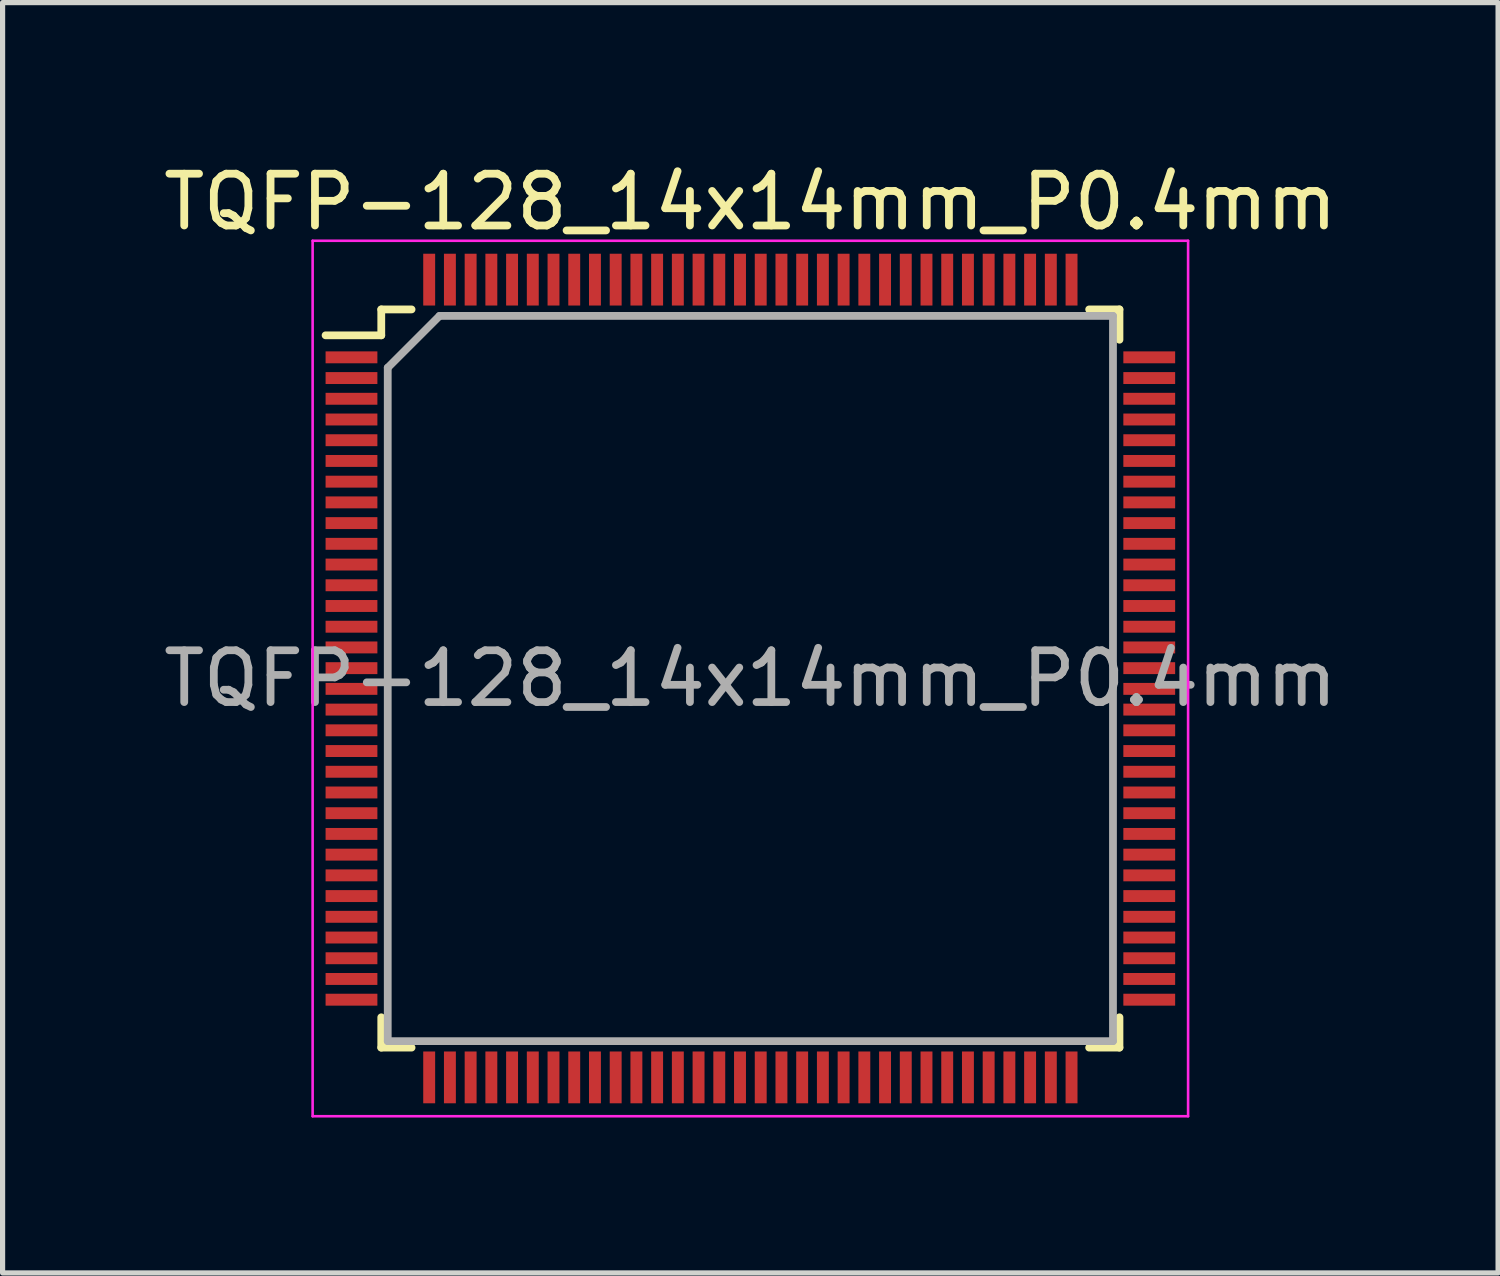
<source format=kicad_pcb>
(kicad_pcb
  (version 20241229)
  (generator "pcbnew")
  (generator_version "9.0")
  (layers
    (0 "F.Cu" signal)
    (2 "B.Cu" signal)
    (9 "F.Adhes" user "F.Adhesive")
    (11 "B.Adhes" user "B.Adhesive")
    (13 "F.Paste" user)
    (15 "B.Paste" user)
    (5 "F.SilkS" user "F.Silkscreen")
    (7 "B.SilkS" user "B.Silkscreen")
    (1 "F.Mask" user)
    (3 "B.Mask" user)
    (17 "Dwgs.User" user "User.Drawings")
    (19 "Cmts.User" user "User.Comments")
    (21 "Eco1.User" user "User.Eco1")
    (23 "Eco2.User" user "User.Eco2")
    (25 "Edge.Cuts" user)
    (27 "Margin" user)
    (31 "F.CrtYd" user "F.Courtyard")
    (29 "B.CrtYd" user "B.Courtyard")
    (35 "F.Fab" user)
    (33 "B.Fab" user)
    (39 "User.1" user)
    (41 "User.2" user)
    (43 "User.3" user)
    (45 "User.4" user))
  (footprint "TQFP-128_14x14mm_P0.4mm"
    (layer "F.Cu")
    (at 11.435 10.048)
    (property "Reference" "TQFP-128_14x14mm_P0.4mm" (at 0 -9.2 0) (layer "F.SilkS") (effects (font (size 1 1) (thickness 0.15))))
    (attr smd)
    (fp_line (start -7.125 -7.125) (end -7.125 -6.625) (stroke (width 0.15) (type solid)) (layer "F.SilkS"))
    (fp_line (start -7.125 -7.125) (end -6.54 -7.125) (stroke (width 0.15) (type solid)) (layer "F.SilkS"))
    (fp_line (start -7.125 -6.625) (end -8.2 -6.625) (stroke (width 0.15) (type solid)) (layer "F.SilkS"))
    (fp_line (start -7.125 7.125) (end -7.125 6.54) (stroke (width 0.15) (type solid)) (layer "F.SilkS"))
    (fp_line (start -7.125 7.125) (end -6.54 7.125) (stroke (width 0.15) (type solid)) (layer "F.SilkS"))
    (fp_line (start 7.125 -7.125) (end 6.54 -7.125) (stroke (width 0.15) (type solid)) (layer "F.SilkS"))
    (fp_line (start 7.125 -7.125) (end 7.125 -6.54) (stroke (width 0.15) (type solid)) (layer "F.SilkS"))
    (fp_line (start 7.125 7.125) (end 6.54 7.125) (stroke (width 0.15) (type solid)) (layer "F.SilkS"))
    (fp_line (start 7.125 7.125) (end 7.125 6.54) (stroke (width 0.15) (type solid)) (layer "F.SilkS"))
    (fp_line (start -8.45 -8.45) (end -8.45 8.45) (stroke (width 0.05) (type solid)) (layer "F.CrtYd"))
    (fp_line (start -8.45 -8.45) (end 8.45 -8.45) (stroke (width 0.05) (type solid)) (layer "F.CrtYd"))
    (fp_line (start -8.45 8.45) (end 8.45 8.45) (stroke (width 0.05) (type solid)) (layer "F.CrtYd"))
    (fp_line (start 8.45 -8.45) (end 8.45 8.45) (stroke (width 0.05) (type solid)) (layer "F.CrtYd"))
    (fp_line (start -7 -6) (end -6 -7) (stroke (width 0.15) (type solid)) (layer "F.Fab"))
    (fp_line (start -7 7) (end -7 -6) (stroke (width 0.15) (type solid)) (layer "F.Fab"))
    (fp_line (start -6 -7) (end 7 -7) (stroke (width 0.15) (type solid)) (layer "F.Fab"))
    (fp_line (start 7 -7) (end 7 7) (stroke (width 0.15) (type solid)) (layer "F.Fab"))
    (fp_line (start 7 7) (end -7 7) (stroke (width 0.15) (type solid)) (layer "F.Fab"))
    (fp_text user "${REFERENCE}" (at 0 0 0) (layer "F.Fab") (effects (font (size 1 1) (thickness 0.15))))
    (pad "1" smd rect (at -7.7 -6.2) (size 1 0.23) (layers "F.Cu" "F.Mask" "F.Paste"))
    (pad "2" smd rect (at -7.7 -5.8) (size 1 0.23) (layers "F.Cu" "F.Mask" "F.Paste"))
    (pad "3" smd rect (at -7.7 -5.4) (size 1 0.23) (layers "F.Cu" "F.Mask" "F.Paste"))
    (pad "4" smd rect (at -7.7 -5) (size 1 0.23) (layers "F.Cu" "F.Mask" "F.Paste"))
    (pad "5" smd rect (at -7.7 -4.6) (size 1 0.23) (layers "F.Cu" "F.Mask" "F.Paste"))
    (pad "6" smd rect (at -7.7 -4.2) (size 1 0.23) (layers "F.Cu" "F.Mask" "F.Paste"))
    (pad "7" smd rect (at -7.7 -3.8) (size 1 0.23) (layers "F.Cu" "F.Mask" "F.Paste"))
    (pad "8" smd rect (at -7.7 -3.4) (size 1 0.23) (layers "F.Cu" "F.Mask" "F.Paste"))
    (pad "9" smd rect (at -7.7 -3) (size 1 0.23) (layers "F.Cu" "F.Mask" "F.Paste"))
    (pad "10" smd rect (at -7.7 -2.6) (size 1 0.23) (layers "F.Cu" "F.Mask" "F.Paste"))
    (pad "11" smd rect (at -7.7 -2.2) (size 1 0.23) (layers "F.Cu" "F.Mask" "F.Paste"))
    (pad "12" smd rect (at -7.7 -1.8) (size 1 0.23) (layers "F.Cu" "F.Mask" "F.Paste"))
    (pad "13" smd rect (at -7.7 -1.4) (size 1 0.23) (layers "F.Cu" "F.Mask" "F.Paste"))
    (pad "14" smd rect (at -7.7 -1) (size 1 0.23) (layers "F.Cu" "F.Mask" "F.Paste"))
    (pad "15" smd rect (at -7.7 -0.6) (size 1 0.23) (layers "F.Cu" "F.Mask" "F.Paste"))
    (pad "16" smd rect (at -7.7 -0.2) (size 1 0.23) (layers "F.Cu" "F.Mask" "F.Paste"))
    (pad "17" smd rect (at -7.7 0.2) (size 1 0.23) (layers "F.Cu" "F.Mask" "F.Paste"))
    (pad "18" smd rect (at -7.7 0.6) (size 1 0.23) (layers "F.Cu" "F.Mask" "F.Paste"))
    (pad "19" smd rect (at -7.7 1) (size 1 0.23) (layers "F.Cu" "F.Mask" "F.Paste"))
    (pad "20" smd rect (at -7.7 1.4) (size 1 0.23) (layers "F.Cu" "F.Mask" "F.Paste"))
    (pad "21" smd rect (at -7.7 1.8) (size 1 0.23) (layers "F.Cu" "F.Mask" "F.Paste"))
    (pad "22" smd rect (at -7.7 2.2) (size 1 0.23) (layers "F.Cu" "F.Mask" "F.Paste"))
    (pad "23" smd rect (at -7.7 2.6) (size 1 0.23) (layers "F.Cu" "F.Mask" "F.Paste"))
    (pad "24" smd rect (at -7.7 3) (size 1 0.23) (layers "F.Cu" "F.Mask" "F.Paste"))
    (pad "25" smd rect (at -7.7 3.4) (size 1 0.23) (layers "F.Cu" "F.Mask" "F.Paste"))
    (pad "26" smd rect (at -7.7 3.8) (size 1 0.23) (layers "F.Cu" "F.Mask" "F.Paste"))
    (pad "27" smd rect (at -7.7 4.2) (size 1 0.23) (layers "F.Cu" "F.Mask" "F.Paste"))
    (pad "28" smd rect (at -7.7 4.6) (size 1 0.23) (layers "F.Cu" "F.Mask" "F.Paste"))
    (pad "29" smd rect (at -7.7 5) (size 1 0.23) (layers "F.Cu" "F.Mask" "F.Paste"))
    (pad "30" smd rect (at -7.7 5.4) (size 1 0.23) (layers "F.Cu" "F.Mask" "F.Paste"))
    (pad "31" smd rect (at -7.7 5.8) (size 1 0.23) (layers "F.Cu" "F.Mask" "F.Paste"))
    (pad "32" smd rect (at -7.7 6.2) (size 1 0.23) (layers "F.Cu" "F.Mask" "F.Paste"))
    (pad "33" smd rect (at -6.2 7.7 90) (size 1 0.23) (layers "F.Cu" "F.Mask" "F.Paste"))
    (pad "34" smd rect (at -5.8 7.7 90) (size 1 0.23) (layers "F.Cu" "F.Mask" "F.Paste"))
    (pad "35" smd rect (at -5.4 7.7 90) (size 1 0.23) (layers "F.Cu" "F.Mask" "F.Paste"))
    (pad "36" smd rect (at -5 7.7 90) (size 1 0.23) (layers "F.Cu" "F.Mask" "F.Paste"))
    (pad "37" smd rect (at -4.6 7.7 90) (size 1 0.23) (layers "F.Cu" "F.Mask" "F.Paste"))
    (pad "38" smd rect (at -4.2 7.7 90) (size 1 0.23) (layers "F.Cu" "F.Mask" "F.Paste"))
    (pad "39" smd rect (at -3.8 7.7 90) (size 1 0.23) (layers "F.Cu" "F.Mask" "F.Paste"))
    (pad "40" smd rect (at -3.4 7.7 90) (size 1 0.23) (layers "F.Cu" "F.Mask" "F.Paste"))
    (pad "41" smd rect (at -3 7.7 90) (size 1 0.23) (layers "F.Cu" "F.Mask" "F.Paste"))
    (pad "42" smd rect (at -2.6 7.7 90) (size 1 0.23) (layers "F.Cu" "F.Mask" "F.Paste"))
    (pad "43" smd rect (at -2.2 7.7 90) (size 1 0.23) (layers "F.Cu" "F.Mask" "F.Paste"))
    (pad "44" smd rect (at -1.8 7.7 90) (size 1 0.23) (layers "F.Cu" "F.Mask" "F.Paste"))
    (pad "45" smd rect (at -1.4 7.7 90) (size 1 0.23) (layers "F.Cu" "F.Mask" "F.Paste"))
    (pad "46" smd rect (at -1 7.7 90) (size 1 0.23) (layers "F.Cu" "F.Mask" "F.Paste"))
    (pad "47" smd rect (at -0.6 7.7 90) (size 1 0.23) (layers "F.Cu" "F.Mask" "F.Paste"))
    (pad "48" smd rect (at -0.2 7.7 90) (size 1 0.23) (layers "F.Cu" "F.Mask" "F.Paste"))
    (pad "49" smd rect (at 0.2 7.7 90) (size 1 0.23) (layers "F.Cu" "F.Mask" "F.Paste"))
    (pad "50" smd rect (at 0.6 7.7 90) (size 1 0.23) (layers "F.Cu" "F.Mask" "F.Paste"))
    (pad "51" smd rect (at 1 7.7 90) (size 1 0.23) (layers "F.Cu" "F.Mask" "F.Paste"))
    (pad "52" smd rect (at 1.4 7.7 90) (size 1 0.23) (layers "F.Cu" "F.Mask" "F.Paste"))
    (pad "53" smd rect (at 1.8 7.7 90) (size 1 0.23) (layers "F.Cu" "F.Mask" "F.Paste"))
    (pad "54" smd rect (at 2.2 7.7 90) (size 1 0.23) (layers "F.Cu" "F.Mask" "F.Paste"))
    (pad "55" smd rect (at 2.6 7.7 90) (size 1 0.23) (layers "F.Cu" "F.Mask" "F.Paste"))
    (pad "56" smd rect (at 3 7.7 90) (size 1 0.23) (layers "F.Cu" "F.Mask" "F.Paste"))
    (pad "57" smd rect (at 3.4 7.7 90) (size 1 0.23) (layers "F.Cu" "F.Mask" "F.Paste"))
    (pad "58" smd rect (at 3.8 7.7 90) (size 1 0.23) (layers "F.Cu" "F.Mask" "F.Paste"))
    (pad "59" smd rect (at 4.2 7.7 90) (size 1 0.23) (layers "F.Cu" "F.Mask" "F.Paste"))
    (pad "60" smd rect (at 4.6 7.7 90) (size 1 0.23) (layers "F.Cu" "F.Mask" "F.Paste"))
    (pad "61" smd rect (at 5 7.7 90) (size 1 0.23) (layers "F.Cu" "F.Mask" "F.Paste"))
    (pad "62" smd rect (at 5.4 7.7 90) (size 1 0.23) (layers "F.Cu" "F.Mask" "F.Paste"))
    (pad "63" smd rect (at 5.8 7.7 90) (size 1 0.23) (layers "F.Cu" "F.Mask" "F.Paste"))
    (pad "64" smd rect (at 6.2 7.7 90) (size 1 0.23) (layers "F.Cu" "F.Mask" "F.Paste"))
    (pad "65" smd rect (at 7.7 6.2) (size 1 0.23) (layers "F.Cu" "F.Mask" "F.Paste"))
    (pad "66" smd rect (at 7.7 5.8) (size 1 0.23) (layers "F.Cu" "F.Mask" "F.Paste"))
    (pad "67" smd rect (at 7.7 5.4) (size 1 0.23) (layers "F.Cu" "F.Mask" "F.Paste"))
    (pad "68" smd rect (at 7.7 5) (size 1 0.23) (layers "F.Cu" "F.Mask" "F.Paste"))
    (pad "69" smd rect (at 7.7 4.6) (size 1 0.23) (layers "F.Cu" "F.Mask" "F.Paste"))
    (pad "70" smd rect (at 7.7 4.2) (size 1 0.23) (layers "F.Cu" "F.Mask" "F.Paste"))
    (pad "71" smd rect (at 7.7 3.8) (size 1 0.23) (layers "F.Cu" "F.Mask" "F.Paste"))
    (pad "72" smd rect (at 7.7 3.4) (size 1 0.23) (layers "F.Cu" "F.Mask" "F.Paste"))
    (pad "73" smd rect (at 7.7 3) (size 1 0.23) (layers "F.Cu" "F.Mask" "F.Paste"))
    (pad "74" smd rect (at 7.7 2.6) (size 1 0.23) (layers "F.Cu" "F.Mask" "F.Paste"))
    (pad "75" smd rect (at 7.7 2.2) (size 1 0.23) (layers "F.Cu" "F.Mask" "F.Paste"))
    (pad "76" smd rect (at 7.7 1.8) (size 1 0.23) (layers "F.Cu" "F.Mask" "F.Paste"))
    (pad "77" smd rect (at 7.7 1.4) (size 1 0.23) (layers "F.Cu" "F.Mask" "F.Paste"))
    (pad "78" smd rect (at 7.7 1) (size 1 0.23) (layers "F.Cu" "F.Mask" "F.Paste"))
    (pad "79" smd rect (at 7.7 0.6) (size 1 0.23) (layers "F.Cu" "F.Mask" "F.Paste"))
    (pad "80" smd rect (at 7.7 0.2) (size 1 0.23) (layers "F.Cu" "F.Mask" "F.Paste"))
    (pad "81" smd rect (at 7.7 -0.2) (size 1 0.23) (layers "F.Cu" "F.Mask" "F.Paste"))
    (pad "82" smd rect (at 7.7 -0.6) (size 1 0.23) (layers "F.Cu" "F.Mask" "F.Paste"))
    (pad "83" smd rect (at 7.7 -1) (size 1 0.23) (layers "F.Cu" "F.Mask" "F.Paste"))
    (pad "84" smd rect (at 7.7 -1.4) (size 1 0.23) (layers "F.Cu" "F.Mask" "F.Paste"))
    (pad "85" smd rect (at 7.7 -1.8) (size 1 0.23) (layers "F.Cu" "F.Mask" "F.Paste"))
    (pad "86" smd rect (at 7.7 -2.2) (size 1 0.23) (layers "F.Cu" "F.Mask" "F.Paste"))
    (pad "87" smd rect (at 7.7 -2.6) (size 1 0.23) (layers "F.Cu" "F.Mask" "F.Paste"))
    (pad "88" smd rect (at 7.7 -3) (size 1 0.23) (layers "F.Cu" "F.Mask" "F.Paste"))
    (pad "89" smd rect (at 7.7 -3.4) (size 1 0.23) (layers "F.Cu" "F.Mask" "F.Paste"))
    (pad "90" smd rect (at 7.7 -3.8) (size 1 0.23) (layers "F.Cu" "F.Mask" "F.Paste"))
    (pad "91" smd rect (at 7.7 -4.2) (size 1 0.23) (layers "F.Cu" "F.Mask" "F.Paste"))
    (pad "92" smd rect (at 7.7 -4.6) (size 1 0.23) (layers "F.Cu" "F.Mask" "F.Paste"))
    (pad "93" smd rect (at 7.7 -5) (size 1 0.23) (layers "F.Cu" "F.Mask" "F.Paste"))
    (pad "94" smd rect (at 7.7 -5.4) (size 1 0.23) (layers "F.Cu" "F.Mask" "F.Paste"))
    (pad "95" smd rect (at 7.7 -5.8) (size 1 0.23) (layers "F.Cu" "F.Mask" "F.Paste"))
    (pad "96" smd rect (at 7.7 -6.2) (size 1 0.23) (layers "F.Cu" "F.Mask" "F.Paste"))
    (pad "97" smd rect (at 6.2 -7.7 90) (size 1 0.23) (layers "F.Cu" "F.Mask" "F.Paste"))
    (pad "98" smd rect (at 5.8 -7.7 90) (size 1 0.23) (layers "F.Cu" "F.Mask" "F.Paste"))
    (pad "99" smd rect (at 5.4 -7.7 90) (size 1 0.23) (layers "F.Cu" "F.Mask" "F.Paste"))
    (pad "100" smd rect (at 5 -7.7 90) (size 1 0.23) (layers "F.Cu" "F.Mask" "F.Paste"))
    (pad "101" smd rect (at 4.6 -7.7 90) (size 1 0.23) (layers "F.Cu" "F.Mask" "F.Paste"))
    (pad "102" smd rect (at 4.2 -7.7 90) (size 1 0.23) (layers "F.Cu" "F.Mask" "F.Paste"))
    (pad "103" smd rect (at 3.8 -7.7 90) (size 1 0.23) (layers "F.Cu" "F.Mask" "F.Paste"))
    (pad "104" smd rect (at 3.4 -7.7 90) (size 1 0.23) (layers "F.Cu" "F.Mask" "F.Paste"))
    (pad "105" smd rect (at 3 -7.7 90) (size 1 0.23) (layers "F.Cu" "F.Mask" "F.Paste"))
    (pad "106" smd rect (at 2.6 -7.7 90) (size 1 0.23) (layers "F.Cu" "F.Mask" "F.Paste"))
    (pad "107" smd rect (at 2.2 -7.7 90) (size 1 0.23) (layers "F.Cu" "F.Mask" "F.Paste"))
    (pad "108" smd rect (at 1.8 -7.7 90) (size 1 0.23) (layers "F.Cu" "F.Mask" "F.Paste"))
    (pad "109" smd rect (at 1.4 -7.7 90) (size 1 0.23) (layers "F.Cu" "F.Mask" "F.Paste"))
    (pad "110" smd rect (at 1 -7.7 90) (size 1 0.23) (layers "F.Cu" "F.Mask" "F.Paste"))
    (pad "111" smd rect (at 0.6 -7.7 90) (size 1 0.23) (layers "F.Cu" "F.Mask" "F.Paste"))
    (pad "112" smd rect (at 0.2 -7.7 90) (size 1 0.23) (layers "F.Cu" "F.Mask" "F.Paste"))
    (pad "113" smd rect (at -0.2 -7.7 90) (size 1 0.23) (layers "F.Cu" "F.Mask" "F.Paste"))
    (pad "114" smd rect (at -0.6 -7.7 90) (size 1 0.23) (layers "F.Cu" "F.Mask" "F.Paste"))
    (pad "115" smd rect (at -1 -7.7 90) (size 1 0.23) (layers "F.Cu" "F.Mask" "F.Paste"))
    (pad "116" smd rect (at -1.4 -7.7 90) (size 1 0.23) (layers "F.Cu" "F.Mask" "F.Paste"))
    (pad "117" smd rect (at -1.8 -7.7 90) (size 1 0.23) (layers "F.Cu" "F.Mask" "F.Paste"))
    (pad "118" smd rect (at -2.2 -7.7 90) (size 1 0.23) (layers "F.Cu" "F.Mask" "F.Paste"))
    (pad "119" smd rect (at -2.6 -7.7 90) (size 1 0.23) (layers "F.Cu" "F.Mask" "F.Paste"))
    (pad "120" smd rect (at -3 -7.7 90) (size 1 0.23) (layers "F.Cu" "F.Mask" "F.Paste"))
    (pad "121" smd rect (at -3.4 -7.7 90) (size 1 0.23) (layers "F.Cu" "F.Mask" "F.Paste"))
    (pad "122" smd rect (at -3.8 -7.7 90) (size 1 0.23) (layers "F.Cu" "F.Mask" "F.Paste"))
    (pad "123" smd rect (at -4.2 -7.7 90) (size 1 0.23) (layers "F.Cu" "F.Mask" "F.Paste"))
    (pad "124" smd rect (at -4.6 -7.7 90) (size 1 0.23) (layers "F.Cu" "F.Mask" "F.Paste"))
    (pad "125" smd rect (at -5 -7.7 90) (size 1 0.23) (layers "F.Cu" "F.Mask" "F.Paste"))
    (pad "126" smd rect (at -5.4 -7.7 90) (size 1 0.23) (layers "F.Cu" "F.Mask" "F.Paste"))
    (pad "127" smd rect (at -5.8 -7.7 90) (size 1 0.23) (layers "F.Cu" "F.Mask" "F.Paste"))
    (pad "128" smd rect (at -6.2 -7.7 90) (size 1 0.23) (layers "F.Cu" "F.Mask" "F.Paste")))
  (gr_rect
    (start -3 -3)
    (end 25.869 21.523)
    (stroke (width 0.1) (type default))
    (fill no)
    (layer "Edge.Cuts")))
</source>
